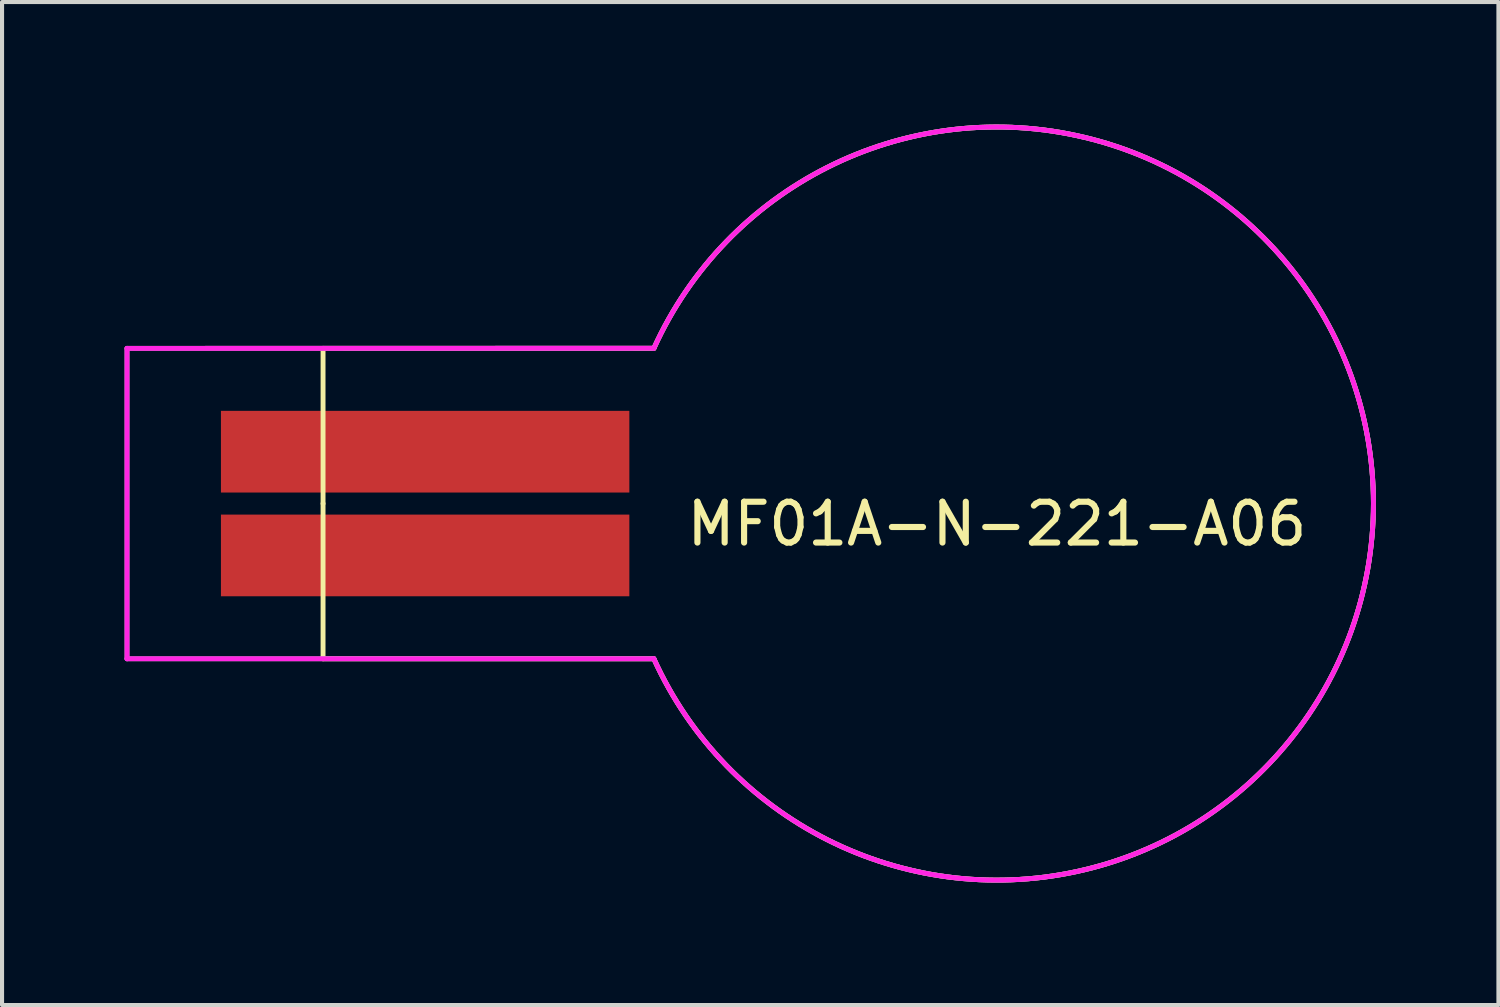
<source format=kicad_pcb>
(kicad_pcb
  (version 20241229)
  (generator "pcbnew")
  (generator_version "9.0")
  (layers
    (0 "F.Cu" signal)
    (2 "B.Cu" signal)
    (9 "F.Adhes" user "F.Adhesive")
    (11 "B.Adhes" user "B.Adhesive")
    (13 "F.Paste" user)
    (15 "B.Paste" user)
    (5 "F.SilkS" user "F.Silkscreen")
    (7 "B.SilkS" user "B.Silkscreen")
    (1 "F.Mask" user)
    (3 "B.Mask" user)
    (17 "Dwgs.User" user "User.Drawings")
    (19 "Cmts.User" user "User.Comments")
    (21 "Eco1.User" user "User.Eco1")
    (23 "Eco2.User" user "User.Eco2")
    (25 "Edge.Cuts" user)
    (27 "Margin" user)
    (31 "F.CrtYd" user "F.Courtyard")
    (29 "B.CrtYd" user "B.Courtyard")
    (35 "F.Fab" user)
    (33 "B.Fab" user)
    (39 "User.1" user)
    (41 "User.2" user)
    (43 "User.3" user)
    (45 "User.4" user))
  (footprint "MF01A-N-221-A06"
    (layer "F.Cu")
    (at 21.36 9.28)
    (property "Reference" "MF01A-N-221-A06" (at 0 0.5 0) (layer "F.SilkS") (effects (font (size 1 1) (thickness 0.15))))
    (attr through_hole)
    (fp_line (start -16.5 -3.8) (end -8.4 -3.8) (stroke (width 0.12) (type solid)) (layer "F.SilkS"))
    (fp_line (start -16.5 0) (end -16.5 -3.8) (stroke (width 0.12) (type solid)) (layer "F.SilkS"))
    (fp_line (start -16.5 0) (end -16.5 3.8) (stroke (width 0.12) (type solid)) (layer "F.SilkS"))
    (fp_line (start -16.5 3.8) (end -8.4 3.8) (stroke (width 0.12) (type solid)) (layer "F.SilkS"))
    (fp_arc (start -8.399999 -3.8) (mid 9.219544 0) (end -8.399999 3.799999) (stroke (width 0.12) (type solid)) (layer "F.SilkS"))
    (fp_line (start -21.3 -3.8) (end -21.3 3.8) (stroke (width 0.12) (type solid)) (layer "F.CrtYd"))
    (fp_line (start -21.3 3.8) (end -8.4 3.8) (stroke (width 0.12) (type solid)) (layer "F.CrtYd"))
    (fp_line (start -8.399 -3.803) (end -21.3 -3.8) (stroke (width 0.12) (type solid)) (layer "F.CrtYd"))
    (fp_arc (start -8.398816 -3.802612) (mid 9.219543 0.001434) (end -8.399999 3.799999) (stroke (width 0.12) (type solid)) (layer "F.CrtYd"))
    (fp_line (start -21.3 -3.8) (end -21.3 3.8) (stroke (width 0.12) (type solid)) (layer "F.Fab"))
    (fp_line (start -21.3 3.8) (end -8.4 3.8) (stroke (width 0.12) (type solid)) (layer "F.Fab"))
    (fp_line (start -8.399 -3.803) (end -21.3 -3.8) (stroke (width 0.12) (type solid)) (layer "F.Fab"))
    (fp_arc (start -8.398816 -3.802612) (mid 9.219543 0.001434) (end -8.399999 3.799999) (stroke (width 0.12) (type solid)) (layer "F.Fab"))
    (pad "1" smd rect (at -14 -1.27) (size 10 2) (layers "F.Cu" "F.Mask" "F.Paste"))
    (pad "2" smd rect (at -14 1.27) (size 10 2) (layers "F.Cu" "F.Mask" "F.Paste")))
  (gr_rect
    (start -3 -3)
    (end 33.64 21.559)
    (stroke (width 0.1) (type default))
    (fill no)
    (layer "Edge.Cuts")))
</source>
